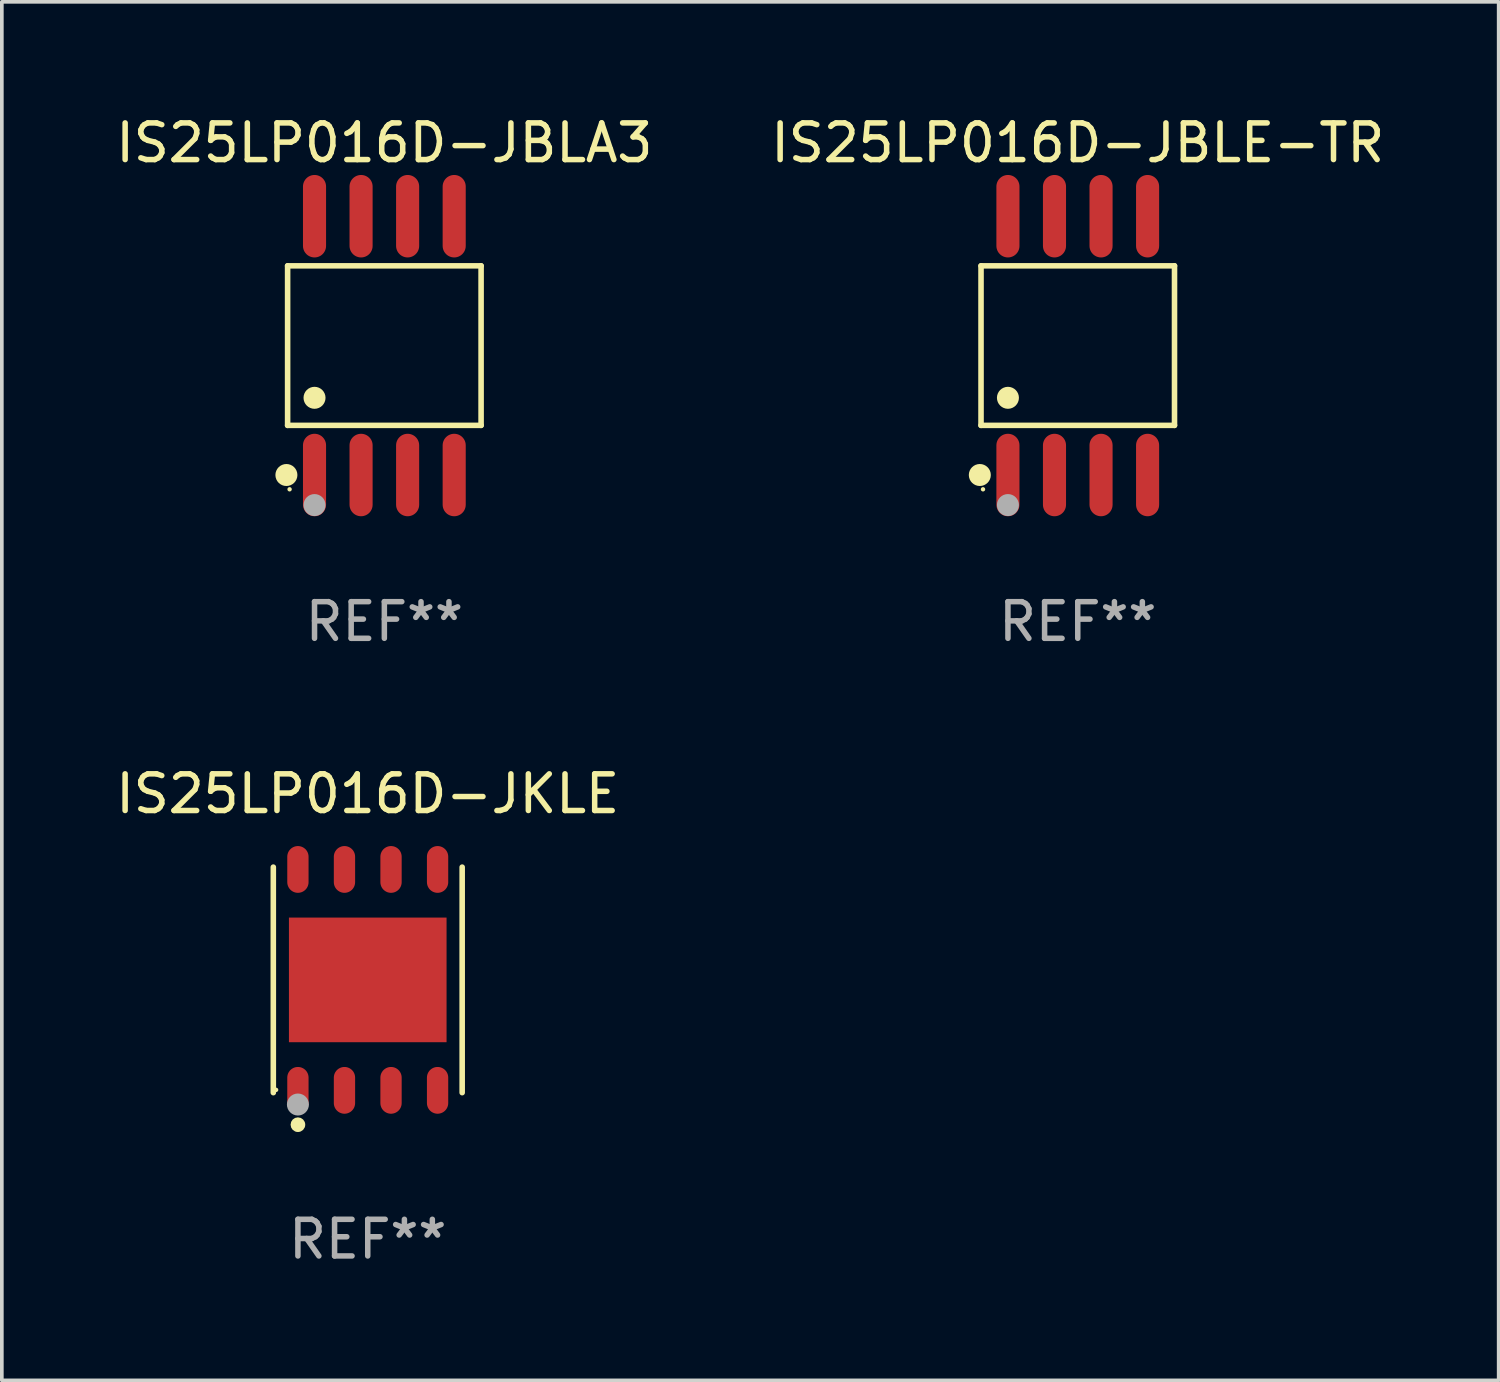
<source format=kicad_pcb>
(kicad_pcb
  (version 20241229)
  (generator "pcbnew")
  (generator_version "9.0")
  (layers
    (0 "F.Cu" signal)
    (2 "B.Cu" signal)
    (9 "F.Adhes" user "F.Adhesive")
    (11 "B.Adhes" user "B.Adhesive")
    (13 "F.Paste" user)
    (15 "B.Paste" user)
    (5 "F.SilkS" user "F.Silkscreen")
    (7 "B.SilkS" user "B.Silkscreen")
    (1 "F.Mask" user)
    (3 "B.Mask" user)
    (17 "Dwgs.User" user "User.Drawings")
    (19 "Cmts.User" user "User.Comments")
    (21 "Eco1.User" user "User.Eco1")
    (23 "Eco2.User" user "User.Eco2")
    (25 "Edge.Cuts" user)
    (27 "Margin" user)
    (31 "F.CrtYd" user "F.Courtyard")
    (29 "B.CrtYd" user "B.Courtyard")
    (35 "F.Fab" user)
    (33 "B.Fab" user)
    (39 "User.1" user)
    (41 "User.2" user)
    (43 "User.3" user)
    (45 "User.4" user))
  (footprint "IS25LP016D-JBLA3"
    (layer "F.Cu")
    (at 7.435 6.378)
    (property "Reference" "IS25LP016D-JBLA3" (at 0 -5.53 0) (layer "F.SilkS") (effects (font (size 1 1) (thickness 0.15))))
    (attr through_hole)
    (fp_line (start -2.639 -2.176) (end 2.639 -2.176) (stroke (width 0.152) (type solid)) (layer "F.SilkS"))
    (fp_line (start -2.639 2.176) (end -2.639 -2.176) (stroke (width 0.152) (type solid)) (layer "F.SilkS"))
    (fp_line (start 2.639 -2.176) (end 2.639 2.176) (stroke (width 0.152) (type solid)) (layer "F.SilkS"))
    (fp_line (start 2.639 2.176) (end -2.639 2.176) (stroke (width 0.152) (type solid)) (layer "F.SilkS"))
    (fp_circle (center -2.672 3.53) (end -2.522 3.53) (stroke (width 0.3) (type solid)) (fill no) (layer "F.SilkS"))
    (fp_circle (center -2.585 3.92) (end -2.555 3.92) (stroke (width 0.06) (type solid)) (fill no) (layer "F.SilkS"))
    (fp_circle (center -1.905 1.424) (end -1.755 1.424) (stroke (width 0.3) (type solid)) (fill no) (layer "F.SilkS"))
    (fp_circle (center -1.905 4.35) (end -1.755 4.35) (stroke (width 0.3) (type solid)) (fill no) (layer "F.Fab"))
    (fp_text user "REF**" (at 0 7.53 0) (layer "F.Fab") (effects (font (size 1 1) (thickness 0.15))))
    (pad "1" smd oval (at -1.905 3.53) (size 0.63 2.25) (layers "F.Cu" "F.Mask" "F.Paste"))
    (pad "2" smd oval (at -0.635 3.53) (size 0.63 2.25) (layers "F.Cu" "F.Mask" "F.Paste"))
    (pad "3" smd oval (at 0.635 3.53) (size 0.63 2.25) (layers "F.Cu" "F.Mask" "F.Paste"))
    (pad "4" smd oval (at 1.905 3.53) (size 0.63 2.25) (layers "F.Cu" "F.Mask" "F.Paste"))
    (pad "5" smd oval (at 1.905 -3.53) (size 0.63 2.25) (layers "F.Cu" "F.Mask" "F.Paste"))
    (pad "6" smd oval (at 0.635 -3.53) (size 0.63 2.25) (layers "F.Cu" "F.Mask" "F.Paste"))
    (pad "7" smd oval (at -0.635 -3.53) (size 0.63 2.25) (layers "F.Cu" "F.Mask" "F.Paste"))
    (pad "8" smd oval (at -1.905 -3.53) (size 0.63 2.25) (layers "F.Cu" "F.Mask" "F.Paste")))
  (footprint "IS25LP016D-JBLE-TR"
    (layer "F.Cu")
    (at 26.351 6.378)
    (property "Reference" "IS25LP016D-JBLE-TR" (at 0 -5.53 0) (layer "F.SilkS") (effects (font (size 1 1) (thickness 0.15))))
    (attr through_hole)
    (fp_line (start -2.639 -2.176) (end 2.639 -2.176) (stroke (width 0.152) (type solid)) (layer "F.SilkS"))
    (fp_line (start -2.639 2.176) (end -2.639 -2.176) (stroke (width 0.152) (type solid)) (layer "F.SilkS"))
    (fp_line (start 2.639 -2.176) (end 2.639 2.176) (stroke (width 0.152) (type solid)) (layer "F.SilkS"))
    (fp_line (start 2.639 2.176) (end -2.639 2.176) (stroke (width 0.152) (type solid)) (layer "F.SilkS"))
    (fp_circle (center -2.672 3.53) (end -2.522 3.53) (stroke (width 0.3) (type solid)) (fill no) (layer "F.SilkS"))
    (fp_circle (center -2.585 3.92) (end -2.555 3.92) (stroke (width 0.06) (type solid)) (fill no) (layer "F.SilkS"))
    (fp_circle (center -1.905 1.424) (end -1.755 1.424) (stroke (width 0.3) (type solid)) (fill no) (layer "F.SilkS"))
    (fp_circle (center -1.905 4.35) (end -1.755 4.35) (stroke (width 0.3) (type solid)) (fill no) (layer "F.Fab"))
    (fp_text user "REF**" (at 0 7.53 0) (layer "F.Fab") (effects (font (size 1 1) (thickness 0.15))))
    (pad "1" smd oval (at -1.905 3.53) (size 0.63 2.25) (layers "F.Cu" "F.Mask" "F.Paste"))
    (pad "2" smd oval (at -0.635 3.53) (size 0.63 2.25) (layers "F.Cu" "F.Mask" "F.Paste"))
    (pad "3" smd oval (at 0.635 3.53) (size 0.63 2.25) (layers "F.Cu" "F.Mask" "F.Paste"))
    (pad "4" smd oval (at 1.905 3.53) (size 0.63 2.25) (layers "F.Cu" "F.Mask" "F.Paste"))
    (pad "5" smd oval (at 1.905 -3.53) (size 0.63 2.25) (layers "F.Cu" "F.Mask" "F.Paste"))
    (pad "6" smd oval (at 0.635 -3.53) (size 0.63 2.25) (layers "F.Cu" "F.Mask" "F.Paste"))
    (pad "7" smd oval (at -0.635 -3.53) (size 0.63 2.25) (layers "F.Cu" "F.Mask" "F.Paste"))
    (pad "8" smd oval (at -1.905 -3.53) (size 0.63 2.25) (layers "F.Cu" "F.Mask" "F.Paste")))
  (footprint "IS25LP016D-JKLE"
    (layer "F.Cu")
    (at 6.982 23.681)
    (property "Reference" "IS25LP016D-JKLE" (at 0 -5.076 0) (layer "F.SilkS") (effects (font (size 1 1) (thickness 0.15))))
    (attr through_hole)
    (fp_line (start -2.576 3.076) (end -2.576 -3.076) (stroke (width 0.152) (type solid)) (layer "F.SilkS"))
    (fp_line (start 2.576 -3.076) (end 2.576 3.076) (stroke (width 0.152) (type solid)) (layer "F.SilkS"))
    (fp_circle (center -2.5 3) (end -2.47 3) (stroke (width 0.06) (type solid)) (fill no) (layer "F.SilkS"))
    (fp_circle (center -1.905 3.95) (end -1.805 3.95) (stroke (width 0.2) (type solid)) (fill no) (layer "F.SilkS"))
    (fp_circle (center -1.905 3.4) (end -1.755 3.4) (stroke (width 0.3) (type solid)) (fill no) (layer "F.Fab"))
    (fp_text user "REF**" (at 0 7.076 0) (layer "F.Fab") (effects (font (size 1 1) (thickness 0.15))))
    (pad "1" smd oval (at -1.905 3.013) (size 0.581 1.276) (layers "F.Cu" "F.Mask" "F.Paste"))
    (pad "2" smd oval (at -0.635 3.013) (size 0.581 1.276) (layers "F.Cu" "F.Mask" "F.Paste"))
    (pad "3" smd oval (at 0.635 3.013) (size 0.581 1.276) (layers "F.Cu" "F.Mask" "F.Paste"))
    (pad "4" smd oval (at 1.905 3.013) (size 0.581 1.276) (layers "F.Cu" "F.Mask" "F.Paste"))
    (pad "5" smd oval (at 1.905 -3.013) (size 0.581 1.276) (layers "F.Cu" "F.Mask" "F.Paste"))
    (pad "6" smd oval (at 0.635 -3.013) (size 0.581 1.276) (layers "F.Cu" "F.Mask" "F.Paste"))
    (pad "7" smd oval (at -0.635 -3.013) (size 0.581 1.276) (layers "F.Cu" "F.Mask" "F.Paste"))
    (pad "8" smd oval (at -1.905 -3.013) (size 0.581 1.276) (layers "F.Cu" "F.Mask" "F.Paste"))
    (pad "9" smd rect (at 0 0) (size 4.3 3.4) (layers "F.Cu" "F.Mask" "F.Paste")))
  (gr_rect
    (start -3 -3)
    (end 37.833 34.606)
    (stroke (width 0.1) (type default))
    (fill no)
    (layer "Edge.Cuts")))
</source>
